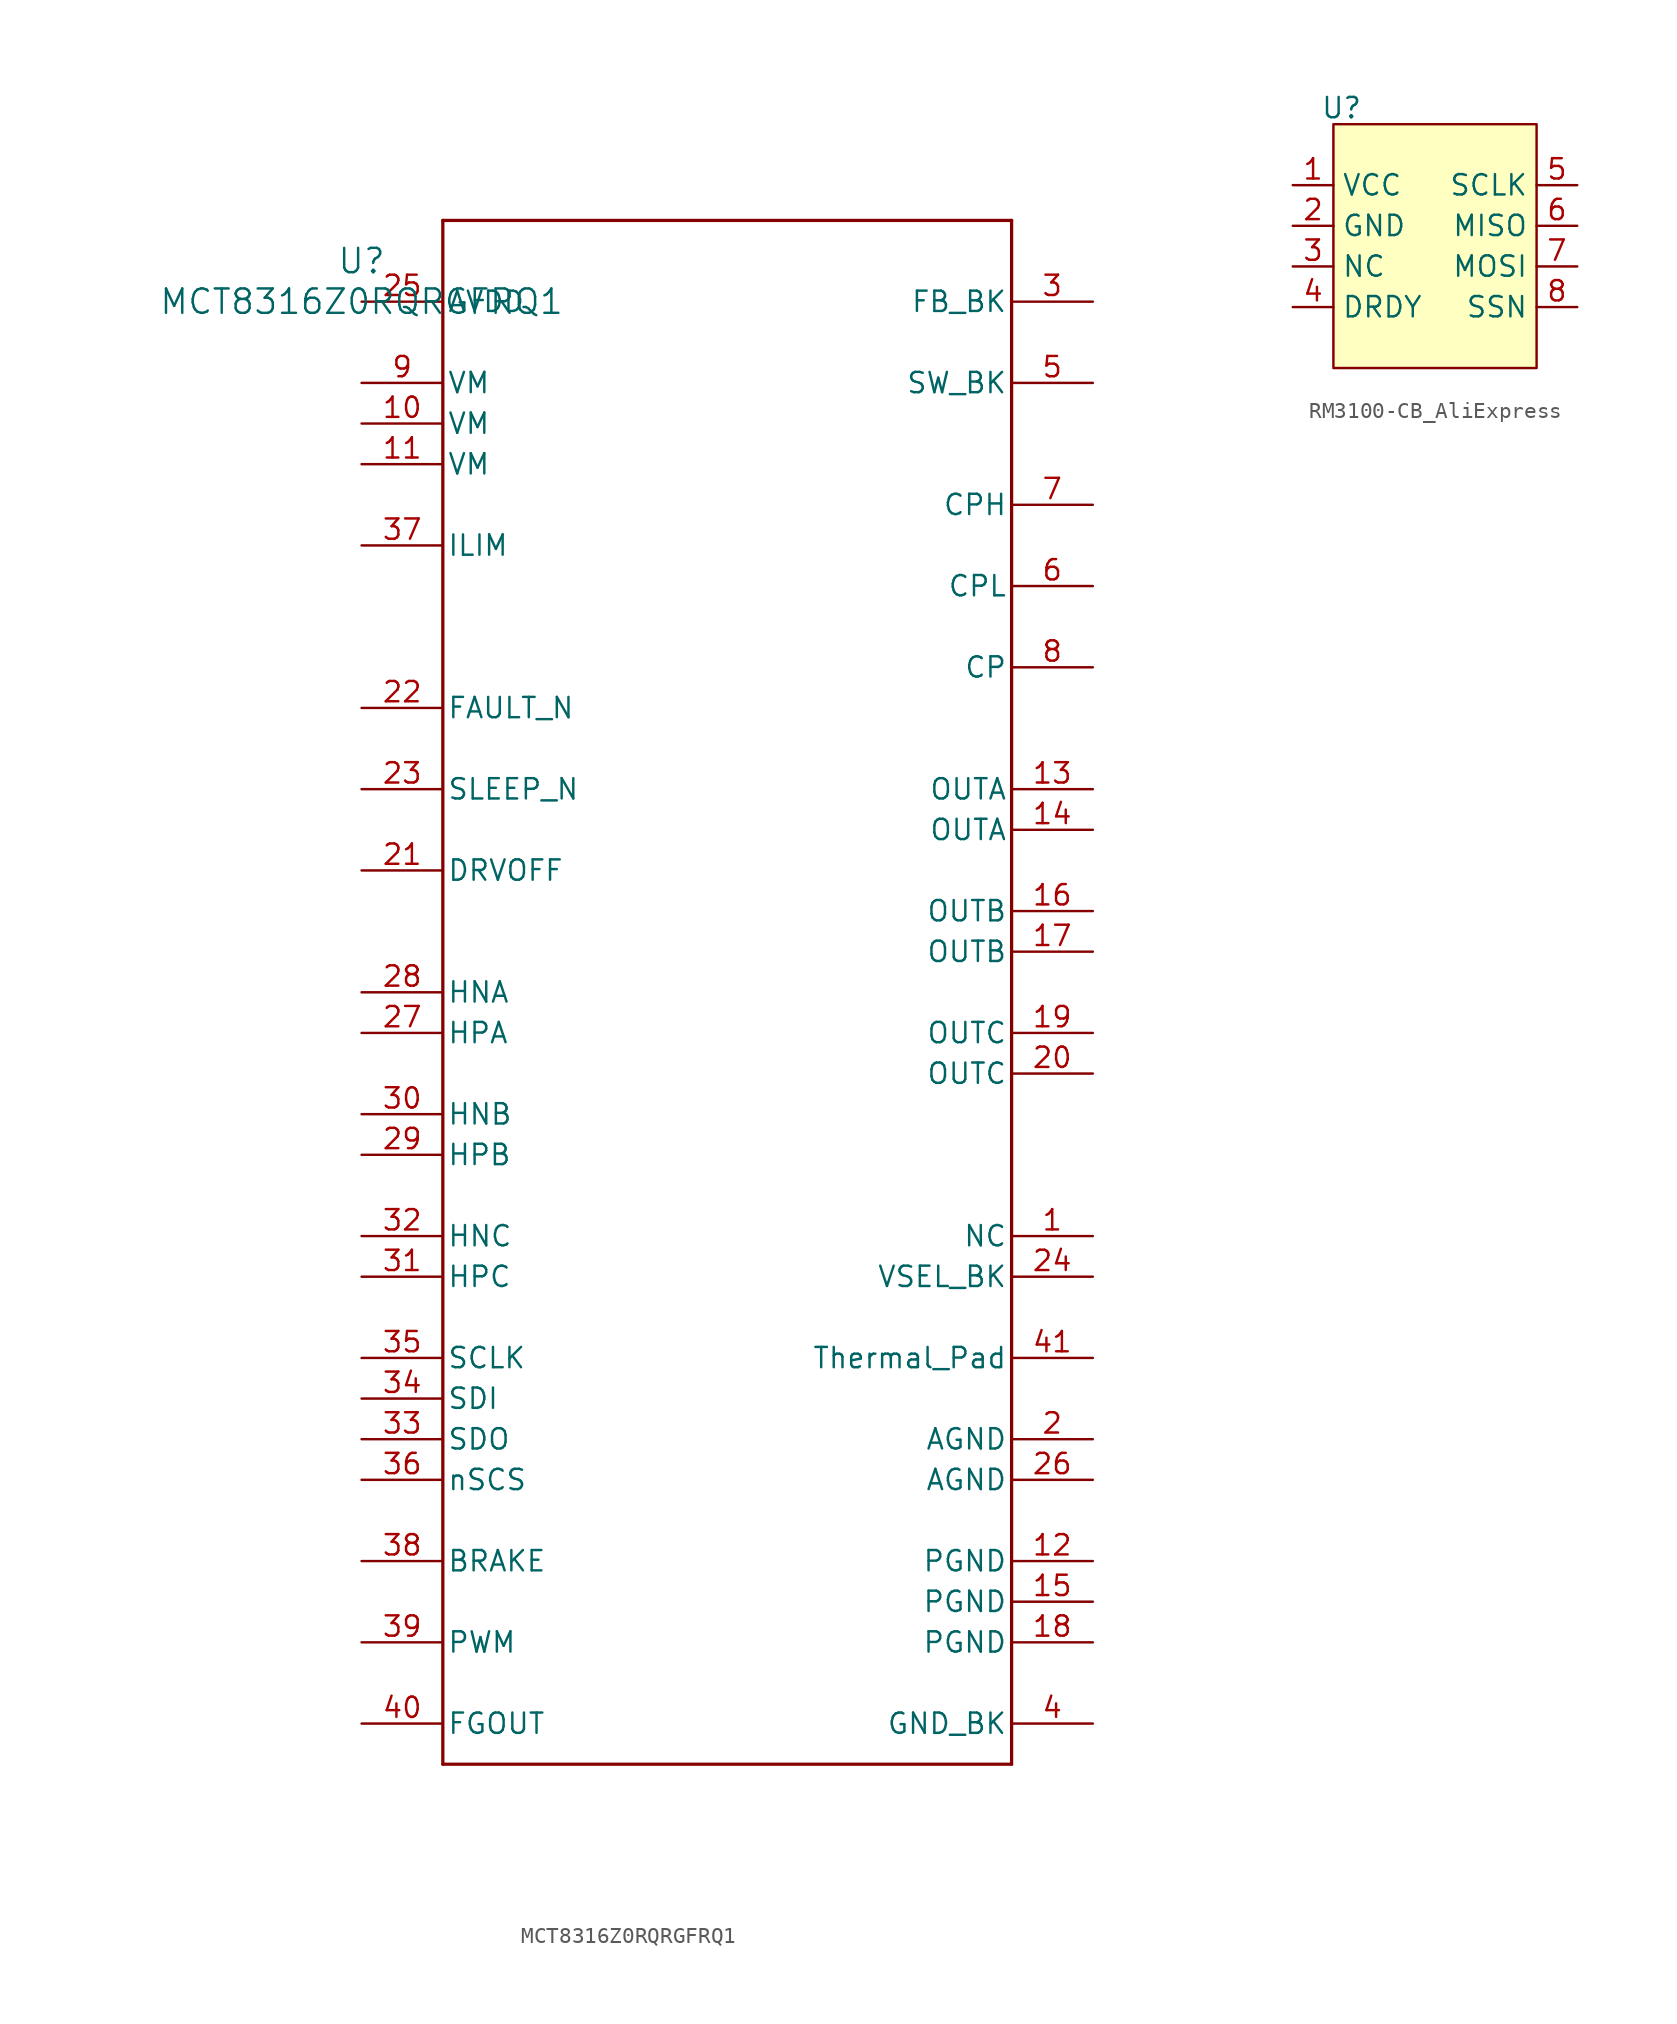
<source format=kicad_sym>
(kicad_symbol_lib
  (version 20231120)
  (generator "kicad_symbol_editor")
  (generator_version "8.0")
  (symbol "MCT8316Z0RQRGFRQ1"
    (pin_names
      (offset 0.254))
    (property "Reference" "U"
      (at 0 2.54 0)
      (effects (font (size 1.524 1.524))))
    (property "Value" "MCT8316Z0RQRGFRQ1"
      (at 0 0 0)
      (effects (font (size 1.524 1.524))))
    (property "ki_locked" ""
      (at 0 0 0)
      (effects (font (size 1.27 1.27))))
    (symbol "MCT8316Z0RQRGFRQ1_0_1"
      (polyline (pts (xy 5.08 -91.44) (xy 40.64 -91.44)) (stroke (width 0.203) (type default)) (fill (type none)))
      (polyline (pts (xy 5.08 5.08) (xy 5.08 -91.44)) (stroke (width 0.203) (type default)) (fill (type none)))
      (polyline (pts (xy 40.64 -91.44) (xy 40.64 5.08)) (stroke (width 0.203) (type default)) (fill (type none)))
      (polyline (pts (xy 40.64 5.08) (xy 5.08 5.08)) (stroke (width 0.203) (type default)) (fill (type none)))
      (pin unspecified line (at 45.72 -58.42 180) (length 5.08) (name "NC" (effects (font (size 1.27 1.27)))) (number "1" (effects (font (size 1.27 1.27)))))
      (pin power_in line (at 0 -7.62 0) (length 5.08) (name "VM" (effects (font (size 1.27 1.27)))) (number "10" (effects (font (size 1.27 1.27)))))
      (pin power_in line (at 0 -10.16 0) (length 5.08) (name "VM" (effects (font (size 1.27 1.27)))) (number "11" (effects (font (size 1.27 1.27)))))
      (pin power_in line (at 45.72 -78.74 180) (length 5.08) (name "PGND" (effects (font (size 1.27 1.27)))) (number "12" (effects (font (size 1.27 1.27)))))
      (pin output line (at 45.72 -30.48 180) (length 5.08) (name "OUTA" (effects (font (size 1.27 1.27)))) (number "13" (effects (font (size 1.27 1.27)))))
      (pin output line (at 45.72 -33.02 180) (length 5.08) (name "OUTA" (effects (font (size 1.27 1.27)))) (number "14" (effects (font (size 1.27 1.27)))))
      (pin power_in line (at 45.72 -81.28 180) (length 5.08) (name "PGND" (effects (font (size 1.27 1.27)))) (number "15" (effects (font (size 1.27 1.27)))))
      (pin output line (at 45.72 -38.1 180) (length 5.08) (name "OUTB" (effects (font (size 1.27 1.27)))) (number "16" (effects (font (size 1.27 1.27)))))
      (pin output line (at 45.72 -40.64 180) (length 5.08) (name "OUTB" (effects (font (size 1.27 1.27)))) (number "17" (effects (font (size 1.27 1.27)))))
      (pin power_in line (at 45.72 -83.82 180) (length 5.08) (name "PGND" (effects (font (size 1.27 1.27)))) (number "18" (effects (font (size 1.27 1.27)))))
      (pin output line (at 45.72 -45.72 180) (length 5.08) (name "OUTC" (effects (font (size 1.27 1.27)))) (number "19" (effects (font (size 1.27 1.27)))))
      (pin power_in line (at 45.72 -71.12 180) (length 5.08) (name "AGND" (effects (font (size 1.27 1.27)))) (number "2" (effects (font (size 1.27 1.27)))))
      (pin output line (at 45.72 -48.26 180) (length 5.08) (name "OUTC" (effects (font (size 1.27 1.27)))) (number "20" (effects (font (size 1.27 1.27)))))
      (pin input line (at 0 -35.56 0) (length 5.08) (name "DRVOFF" (effects (font (size 1.27 1.27)))) (number "21" (effects (font (size 1.27 1.27)))))
      (pin output line (at 0 -25.4 0) (length 5.08) (name "FAULT_N" (effects (font (size 1.27 1.27)))) (number "22" (effects (font (size 1.27 1.27)))))
      (pin input line (at 0 -30.48 0) (length 5.08) (name "SLEEP_N" (effects (font (size 1.27 1.27)))) (number "23" (effects (font (size 1.27 1.27)))))
      (pin input line (at 45.72 -60.96 180) (length 5.08) (name "VSEL_BK" (effects (font (size 1.27 1.27)))) (number "24" (effects (font (size 1.27 1.27)))))
      (pin power_in line (at 0 0 0) (length 5.08) (name "AVDD" (effects (font (size 1.27 1.27)))) (number "25" (effects (font (size 1.27 1.27)))))
      (pin power_in line (at 45.72 -73.66 180) (length 5.08) (name "AGND" (effects (font (size 1.27 1.27)))) (number "26" (effects (font (size 1.27 1.27)))))
      (pin input line (at 0 -45.72 0) (length 5.08) (name "HPA" (effects (font (size 1.27 1.27)))) (number "27" (effects (font (size 1.27 1.27)))))
      (pin input line (at 0 -43.18 0) (length 5.08) (name "HNA" (effects (font (size 1.27 1.27)))) (number "28" (effects (font (size 1.27 1.27)))))
      (pin input line (at 0 -53.34 0) (length 5.08) (name "HPB" (effects (font (size 1.27 1.27)))) (number "29" (effects (font (size 1.27 1.27)))))
      (pin power_in line (at 45.72 0 180) (length 5.08) (name "FB_BK" (effects (font (size 1.27 1.27)))) (number "3" (effects (font (size 1.27 1.27)))))
      (pin input line (at 0 -50.8 0) (length 5.08) (name "HNB" (effects (font (size 1.27 1.27)))) (number "30" (effects (font (size 1.27 1.27)))))
      (pin input line (at 0 -60.96 0) (length 5.08) (name "HPC" (effects (font (size 1.27 1.27)))) (number "31" (effects (font (size 1.27 1.27)))))
      (pin input line (at 0 -58.42 0) (length 5.08) (name "HNC" (effects (font (size 1.27 1.27)))) (number "32" (effects (font (size 1.27 1.27)))))
      (pin input line (at 0 -15.24 0) (length 5.08) (name "ILIM" (effects (font (size 1.27 1.27)))) (number "37" (effects (font (size 1.27 1.27)))))
      (pin unspecified line (at 0 -78.74 0) (length 5.08) (name "BRAKE" (effects (font (size 1.27 1.27)))) (number "38" (effects (font (size 1.27 1.27)))))
      (pin unspecified line (at 0 -83.82 0) (length 5.08) (name "PWM" (effects (font (size 1.27 1.27)))) (number "39" (effects (font (size 1.27 1.27)))))
      (pin power_in line (at 45.72 -88.9 180) (length 5.08) (name "GND_BK" (effects (font (size 1.27 1.27)))) (number "4" (effects (font (size 1.27 1.27)))))
      (pin output line (at 0 -88.9 0) (length 5.08) (name "FGOUT" (effects (font (size 1.27 1.27)))) (number "40" (effects (font (size 1.27 1.27)))))
      (pin power_in line (at 45.72 -66.04 180) (length 5.08) (name "Thermal_Pad" (effects (font (size 1.27 1.27)))) (number "41" (effects (font (size 1.27 1.27)))))
      (pin power_in line (at 45.72 -5.08 180) (length 5.08) (name "SW_BK" (effects (font (size 1.27 1.27)))) (number "5" (effects (font (size 1.27 1.27)))))
      (pin power_in line (at 45.72 -17.78 180) (length 5.08) (name "CPL" (effects (font (size 1.27 1.27)))) (number "6" (effects (font (size 1.27 1.27)))))
      (pin power_in line (at 45.72 -12.7 180) (length 5.08) (name "CPH" (effects (font (size 1.27 1.27)))) (number "7" (effects (font (size 1.27 1.27)))))
      (pin power_in line (at 45.72 -22.86 180) (length 5.08) (name "CP" (effects (font (size 1.27 1.27)))) (number "8" (effects (font (size 1.27 1.27)))))
      (pin power_in line (at 0 -5.08 0) (length 5.08) (name "VM" (effects (font (size 1.27 1.27)))) (number "9" (effects (font (size 1.27 1.27))))))
    (symbol "MCT8316Z0RQRGFRQ1_1_1"
      (pin unspecified line (at 0 -71.12 0) (length 5.08) (name "SDO" (effects (font (size 1.27 1.27)))) (number "33" (effects (font (size 1.27 1.27)))))
      (pin unspecified line (at 0 -68.58 0) (length 5.08) (name "SDI" (effects (font (size 1.27 1.27)))) (number "34" (effects (font (size 1.27 1.27)))))
      (pin unspecified line (at 0 -66.04 0) (length 5.08) (name "SCLK" (effects (font (size 1.27 1.27)))) (number "35" (effects (font (size 1.27 1.27)))))
      (pin unspecified line (at 0 -73.66 0) (length 5.08) (name "nSCS" (effects (font (size 1.27 1.27)))) (number "36" (effects (font (size 1.27 1.27)))))))
  (symbol "RM3100-CB_AliExpress"
    (property "Reference" "U"
      (at -5.842 8.636 0)
      (effects (font (size 1.27 1.27))))
    (property "Value" ""
      (at 0 0 0)
      (effects (font (size 1.27 1.27))))
    (symbol "RM3100-CB_AliExpress_1_1"
      (rectangle (start -6.35 7.62) (end 6.35 -7.62) (stroke (width 0) (type default)) (fill (type background)))
      (pin input line (at -8.89 3.81 0) (length 2.54) (name "VCC" (effects (font (size 1.27 1.27)))) (number "1" (effects (font (size 1.27 1.27)))))
      (pin unspecified line (at -8.89 1.27 0) (length 2.54) (name "GND" (effects (font (size 1.27 1.27)))) (number "2" (effects (font (size 1.27 1.27)))))
      (pin input line (at -8.89 -1.27 0) (length 2.54) (name "NC" (effects (font (size 1.27 1.27)))) (number "3" (effects (font (size 1.27 1.27)))))
      (pin input line (at -8.89 -3.81 0) (length 2.54) (name "DRDY" (effects (font (size 1.27 1.27)))) (number "4" (effects (font (size 1.27 1.27)))))
      (pin input line (at 8.89 3.81 180) (length 2.54) (name "SCLK" (effects (font (size 1.27 1.27)))) (number "5" (effects (font (size 1.27 1.27)))))
      (pin input line (at 8.89 1.27 180) (length 2.54) (name "MISO" (effects (font (size 1.27 1.27)))) (number "6" (effects (font (size 1.27 1.27)))))
      (pin input line (at 8.89 -1.27 180) (length 2.54) (name "MOSI" (effects (font (size 1.27 1.27)))) (number "7" (effects (font (size 1.27 1.27)))))
      (pin input line (at 8.89 -3.81 180) (length 2.54) (name "SSN" (effects (font (size 1.27 1.27)))) (number "8" (effects (font (size 1.27 1.27))))))))
</source>
